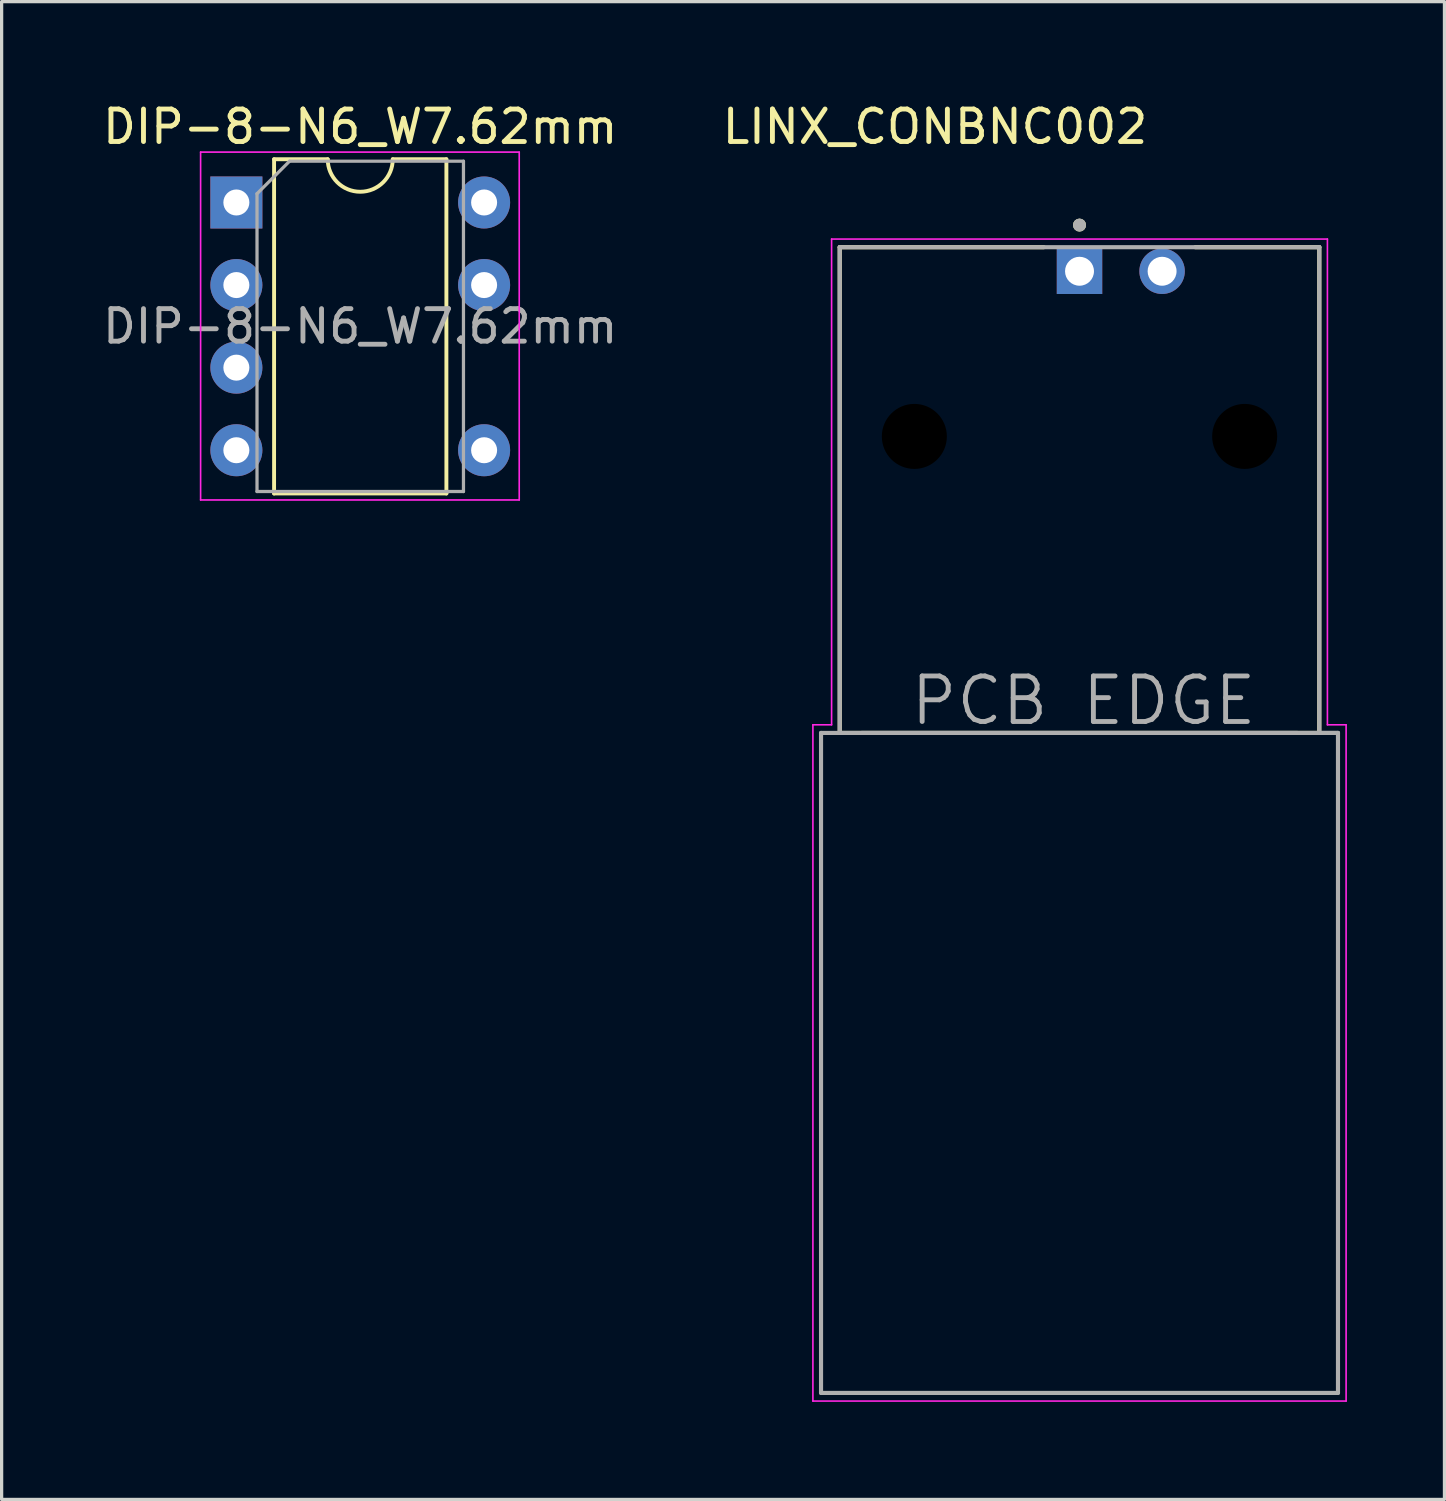
<source format=kicad_pcb>
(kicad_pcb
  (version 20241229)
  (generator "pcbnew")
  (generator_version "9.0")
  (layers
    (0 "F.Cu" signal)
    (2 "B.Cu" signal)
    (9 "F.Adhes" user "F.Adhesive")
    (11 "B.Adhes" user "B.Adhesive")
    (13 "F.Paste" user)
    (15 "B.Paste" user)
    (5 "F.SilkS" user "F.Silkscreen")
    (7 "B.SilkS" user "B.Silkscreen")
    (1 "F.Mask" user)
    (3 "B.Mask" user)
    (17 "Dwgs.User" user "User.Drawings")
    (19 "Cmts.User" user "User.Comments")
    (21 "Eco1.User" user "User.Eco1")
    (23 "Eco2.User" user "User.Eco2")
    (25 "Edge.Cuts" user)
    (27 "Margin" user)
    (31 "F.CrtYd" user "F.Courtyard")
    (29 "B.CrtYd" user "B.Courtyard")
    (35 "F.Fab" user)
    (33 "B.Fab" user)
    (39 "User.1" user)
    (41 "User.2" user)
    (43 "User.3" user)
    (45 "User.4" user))
  (footprint "LINX_CONBNC002"
    (layer "F.Cu")
    (at 30.153 10.373)
    (property "Reference" "LINX_CONBNC002" (at -4.445 -9.525 0) (layer "F.SilkS") (effects (font (size 1 1) (thickness 0.15))))
    (attr through_hole)
    (fp_line (start -7.375 -5.82) (end -1.1 -5.82) (stroke (width 0.127) (type solid)) (layer "F.SilkS"))
    (fp_line (start -7.375 9.12) (end -7.375 -5.82) (stroke (width 0.127) (type solid)) (layer "F.SilkS"))
    (fp_line (start 3.56 -5.82) (end 7.375 -5.82) (stroke (width 0.127) (type solid)) (layer "F.SilkS"))
    (fp_line (start 7.375 -5.82) (end 7.375 9.12) (stroke (width 0.127) (type solid)) (layer "F.SilkS"))
    (fp_line (start 7.375 9.12) (end -7.375 9.12) (stroke (width 0.127) (type solid)) (layer "F.SilkS"))
    (fp_circle (center 0 -6.5) (end 0.1 -6.5) (stroke (width 0.2) (type solid)) (fill no) (layer "F.SilkS"))
    (fp_line (start -8.2 8.87) (end -7.625 8.87) (stroke (width 0.05) (type solid)) (layer "F.CrtYd"))
    (fp_line (start -8.2 29.67) (end -8.2 8.87) (stroke (width 0.05) (type solid)) (layer "F.CrtYd"))
    (fp_line (start -7.625 -6.07) (end 7.625 -6.07) (stroke (width 0.05) (type solid)) (layer "F.CrtYd"))
    (fp_line (start -7.625 8.87) (end -7.625 -6.07) (stroke (width 0.05) (type solid)) (layer "F.CrtYd"))
    (fp_line (start 7.625 -6.07) (end 7.625 8.87) (stroke (width 0.05) (type solid)) (layer "F.CrtYd"))
    (fp_line (start 7.625 8.87) (end 8.2 8.87) (stroke (width 0.05) (type solid)) (layer "F.CrtYd"))
    (fp_line (start 8.2 8.87) (end 8.2 29.67) (stroke (width 0.05) (type solid)) (layer "F.CrtYd"))
    (fp_line (start 8.2 29.67) (end -8.2 29.67) (stroke (width 0.05) (type solid)) (layer "F.CrtYd"))
    (fp_line (start -7.95 9.12) (end -7.95 29.42) (stroke (width 0.127) (type solid)) (layer "F.Fab"))
    (fp_line (start -7.95 9.12) (end -7.375 9.12) (stroke (width 0.127) (type solid)) (layer "F.Fab"))
    (fp_line (start -7.95 29.42) (end 7.95 29.42) (stroke (width 0.127) (type solid)) (layer "F.Fab"))
    (fp_line (start -7.375 -5.82) (end 7.375 -5.82) (stroke (width 0.127) (type solid)) (layer "F.Fab"))
    (fp_line (start -7.375 9.12) (end -7.375 -5.82) (stroke (width 0.127) (type solid)) (layer "F.Fab"))
    (fp_line (start 6.697 9.12) (end -6.697 9.12) (stroke (width 0.127) (type solid)) (layer "F.Fab"))
    (fp_line (start 7.375 -5.82) (end 7.375 9.12) (stroke (width 0.127) (type solid)) (layer "F.Fab"))
    (fp_line (start 7.375 9.12) (end -7.375 9.12) (stroke (width 0.127) (type solid)) (layer "F.Fab"))
    (fp_line (start 7.375 9.12) (end 7.95 9.12) (stroke (width 0.127) (type solid)) (layer "F.Fab"))
    (fp_line (start 7.95 9.12) (end 7.375 9.12) (stroke (width 0.127) (type solid)) (layer "F.Fab"))
    (fp_line (start 7.95 29.42) (end 7.95 9.12) (stroke (width 0.127) (type solid)) (layer "F.Fab"))
    (fp_circle (center 0 -6.5) (end 0.1 -6.5) (stroke (width 0.2) (type solid)) (fill no) (layer "F.Fab"))
    (fp_text user "PCB EDGE" (at 0.127 8.128 0) (layer "F.Fab") (effects (font (size 1.4 1.4) (thickness 0.15))))
    (pad "" np_thru_hole circle (at -5.08 0) (size 2 2) (drill 2) (layers "*.Mask"))
    (pad "" np_thru_hole circle (at 5.08 0) (size 2 2) (drill 2) (layers "*.Mask"))
    (pad "1" thru_hole rect (at 0 -5.08) (size 1.398 1.398) (drill 0.89) (layers "*.Cu" "*.Mask"))
    (pad "2" thru_hole circle (at 2.54 -5.08) (size 1.398 1.398) (drill 0.89) (layers "*.Cu" "*.Mask")))
  (footprint "DIP-8-N6_W7.62mm"
    (layer "F.Cu")
    (at 4.22 3.178)
    (property "Reference" "DIP-8-N6_W7.62mm" (at 3.81 -2.33 0) (layer "F.SilkS") (effects (font (size 1 1) (thickness 0.15))))
    (attr through_hole)
    (fp_line (start 1.16 -1.33) (end 1.16 8.95) (stroke (width 0.12) (type solid)) (layer "F.SilkS"))
    (fp_line (start 1.16 8.95) (end 6.46 8.95) (stroke (width 0.12) (type solid)) (layer "F.SilkS"))
    (fp_line (start 2.81 -1.33) (end 1.16 -1.33) (stroke (width 0.12) (type solid)) (layer "F.SilkS"))
    (fp_line (start 6.46 -1.33) (end 4.81 -1.33) (stroke (width 0.12) (type solid)) (layer "F.SilkS"))
    (fp_line (start 6.46 8.95) (end 6.46 -1.33) (stroke (width 0.12) (type solid)) (layer "F.SilkS"))
    (fp_arc (start 4.81 -1.33) (mid 3.81 -0.33) (end 2.81 -1.33) (stroke (width 0.12) (type solid)) (layer "F.SilkS"))
    (fp_line (start -1.1 -1.55) (end -1.1 9.15) (stroke (width 0.05) (type solid)) (layer "F.CrtYd"))
    (fp_line (start -1.1 9.15) (end 8.7 9.15) (stroke (width 0.05) (type solid)) (layer "F.CrtYd"))
    (fp_line (start 8.7 -1.55) (end -1.1 -1.55) (stroke (width 0.05) (type solid)) (layer "F.CrtYd"))
    (fp_line (start 8.7 9.15) (end 8.7 -1.55) (stroke (width 0.05) (type solid)) (layer "F.CrtYd"))
    (fp_line (start 0.635 -0.27) (end 1.635 -1.27) (stroke (width 0.1) (type solid)) (layer "F.Fab"))
    (fp_line (start 0.635 8.89) (end 0.635 -0.27) (stroke (width 0.1) (type solid)) (layer "F.Fab"))
    (fp_line (start 1.635 -1.27) (end 6.985 -1.27) (stroke (width 0.1) (type solid)) (layer "F.Fab"))
    (fp_line (start 6.985 -1.27) (end 6.985 8.89) (stroke (width 0.1) (type solid)) (layer "F.Fab"))
    (fp_line (start 6.985 8.89) (end 0.635 8.89) (stroke (width 0.1) (type solid)) (layer "F.Fab"))
    (fp_text user "${REFERENCE}" (at 3.81 3.81 0) (layer "F.Fab") (effects (font (size 1 1) (thickness 0.15))))
    (pad "1" thru_hole rect (at 0 0) (size 1.6 1.6) (drill 0.8) (layers "*.Cu" "*.Mask"))
    (pad "2" thru_hole oval (at 0 2.54) (size 1.6 1.6) (drill 0.8) (layers "*.Cu" "*.Mask"))
    (pad "3" thru_hole oval (at 0 5.08) (size 1.6 1.6) (drill 0.8) (layers "*.Cu" "*.Mask"))
    (pad "4" thru_hole oval (at 0 7.62) (size 1.6 1.6) (drill 0.8) (layers "*.Cu" "*.Mask"))
    (pad "5" thru_hole oval (at 7.62 7.62) (size 1.6 1.6) (drill 0.8) (layers "*.Cu" "*.Mask"))
    (pad "7" thru_hole oval (at 7.62 2.54) (size 1.6 1.6) (drill 0.8) (layers "*.Cu" "*.Mask"))
    (pad "8" thru_hole oval (at 7.62 0) (size 1.6 1.6) (drill 0.8) (layers "*.Cu" "*.Mask")))
  (gr_rect
    (start -3 -3)
    (end 41.378 43.068)
    (stroke (width 0.1) (type default))
    (fill no)
    (layer "Edge.Cuts")))
</source>
